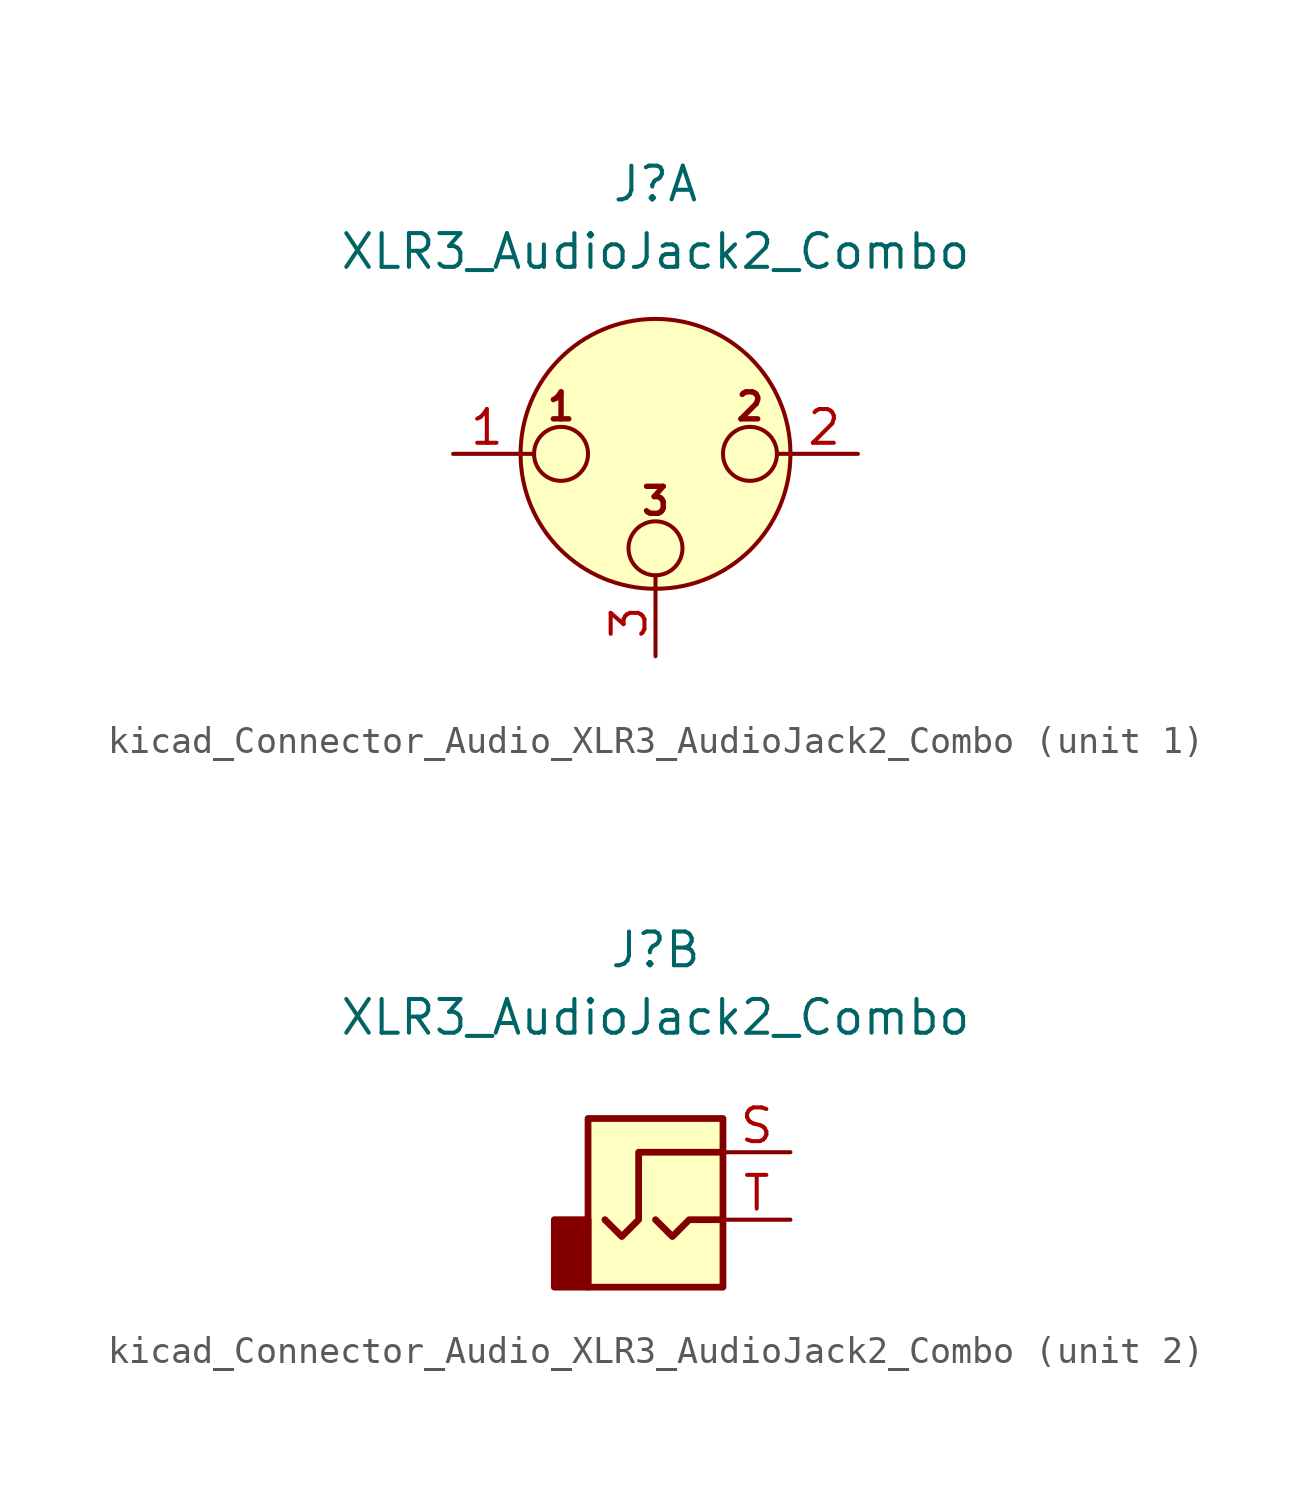
<source format=kicad_sym>
(kicad_symbol_lib
  (version 20220914)
  (generator kicad_symbol_editor)
  (symbol "kicad_Connector_Audio_XLR3_AudioJack2_Combo"
    (pin_names hide)
    (property "Reference" "J"
      (at 0 10.16 0)
      (effects (font (size 1.27 1.27))))
    (property "Value" "XLR3_AudioJack2_Combo"
      (at 0 7.62 0)
      (effects (font (size 1.27 1.27))))
    (symbol "kicad_Connector_Audio_XLR3_AudioJack2_Combo_1_1"
      (circle (center -3.556 0) (radius 1.016) (stroke (width 0) (type default)) (fill (type none)))
      (circle (center 0 -3.556) (radius 1.016) (stroke (width 0) (type default)) (fill (type none)))
      (polyline (pts (xy -5.08 0) (xy -4.572 0)) (stroke (width 0) (type default)) (fill (type none)))
      (polyline (pts (xy 0 -5.08) (xy 0 -4.572)) (stroke (width 0) (type default)) (fill (type none)))
      (polyline (pts (xy 5.08 0) (xy 4.572 0)) (stroke (width 0) (type default)) (fill (type none)))
      (circle (center 0 0) (radius 5.08) (stroke (width 0) (type default)) (fill (type background)))
      (circle (center 3.556 0) (radius 1.016) (stroke (width 0) (type default)) (fill (type none)))
      (text "1" (at -3.556 1.778 0) (effects (font (size 1.016 1.016) bold)))
      (text "2" (at 3.556 1.778 0) (effects (font (size 1.016 1.016) bold)))
      (text "3" (at 0 -1.778 0) (effects (font (size 1.016 1.016) bold)))
      (pin passive line (at -7.62 0 0) (length 2.54) (name "~" (effects (font (size 1.27 1.27)))) (number "1" (effects (font (size 1.27 1.27)))))
      (pin passive line (at 7.62 0 180) (length 2.54) (name "~" (effects (font (size 1.27 1.27)))) (number "2" (effects (font (size 1.27 1.27)))))
      (pin passive line (at 0 -7.62 90) (length 2.54) (name "~" (effects (font (size 1.27 1.27)))) (number "3" (effects (font (size 1.27 1.27))))))
    (symbol "kicad_Connector_Audio_XLR3_AudioJack2_Combo_2_1"
      (rectangle (start -2.54 0) (end -3.81 -2.54) (stroke (width 0.254) (type default)) (fill (type outline)))
      (polyline (pts (xy 0 0) (xy 0.635 -0.635) (xy 1.27 0) (xy 2.54 0)) (stroke (width 0.254) (type default)) (fill (type none)))
      (polyline (pts (xy 2.54 2.54) (xy -0.635 2.54) (xy -0.635 0) (xy -1.27 -0.635) (xy -1.905 0)) (stroke (width 0.254) (type default)) (fill (type none)))
      (rectangle (start 2.54 3.81) (end -2.54 -2.54) (stroke (width 0.254) (type default)) (fill (type background)))
      (pin passive line (at 5.08 2.54 180) (length 2.54) (name "~" (effects (font (size 1.27 1.27)))) (number "S" (effects (font (size 1.27 1.27)))))
      (pin passive line (at 5.08 0 180) (length 2.54) (name "~" (effects (font (size 1.27 1.27)))) (number "T" (effects (font (size 1.27 1.27))))))))
</source>
